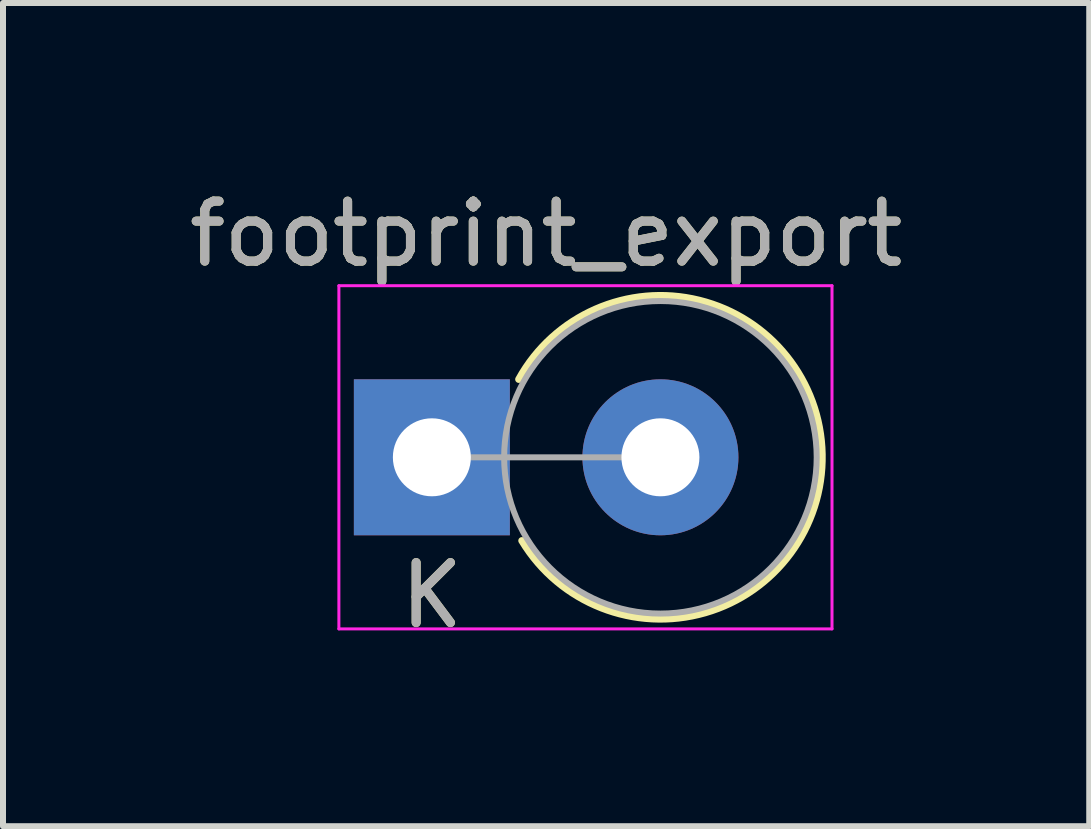
<source format=kicad_pcb>
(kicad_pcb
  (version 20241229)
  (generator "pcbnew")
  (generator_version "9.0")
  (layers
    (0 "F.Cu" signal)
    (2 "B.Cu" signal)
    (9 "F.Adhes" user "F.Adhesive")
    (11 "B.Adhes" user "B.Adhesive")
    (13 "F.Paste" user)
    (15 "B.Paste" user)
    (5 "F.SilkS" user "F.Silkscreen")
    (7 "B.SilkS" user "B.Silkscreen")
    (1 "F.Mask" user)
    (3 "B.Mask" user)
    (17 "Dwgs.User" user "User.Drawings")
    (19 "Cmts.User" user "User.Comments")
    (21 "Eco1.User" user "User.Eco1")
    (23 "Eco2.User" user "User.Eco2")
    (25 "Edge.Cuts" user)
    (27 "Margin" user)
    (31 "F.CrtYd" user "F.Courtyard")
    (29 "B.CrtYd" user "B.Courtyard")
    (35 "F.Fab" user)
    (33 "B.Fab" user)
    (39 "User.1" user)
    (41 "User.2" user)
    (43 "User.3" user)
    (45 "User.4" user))
  (footprint "footprint_export"
    (layer "F.Cu")
    (at 4.149 4.573)
    (property "Reference" "footprint_export" (at 1.905 -3.725 0) (layer "F.SilkS") (effects (font (size 1 1) (thickness 0.15))))
    (attr through_hole)
    (fp_arc (start 1.448639 -1.3) (mid 6.505054 -0.052035) (end 1.50058 1.390181) (stroke (width 0.12) (type solid)) (layer "F.SilkS"))
    (fp_line (start -1.55 -2.86) (end -1.55 2.86) (stroke (width 0.05) (type solid)) (layer "F.CrtYd"))
    (fp_line (start -1.55 2.86) (end 6.67 2.86) (stroke (width 0.05) (type solid)) (layer "F.CrtYd"))
    (fp_line (start 6.67 -2.86) (end -1.55 -2.86) (stroke (width 0.05) (type solid)) (layer "F.CrtYd"))
    (fp_line (start 6.67 2.86) (end 6.67 -2.86) (stroke (width 0.05) (type solid)) (layer "F.CrtYd"))
    (fp_line (start 0 0) (end 3.81 0) (stroke (width 0.1) (type solid)) (layer "F.Fab"))
    (fp_circle (center 3.81 0) (end 6.415 0) (stroke (width 0.1) (type solid)) (fill no) (layer "F.Fab"))
    (fp_text user "K" (at 0 2.3 0) (layer "F.SilkS") (effects (font (size 1 1) (thickness 0.15))))
    (fp_text user "${REFERENCE}" (at 1.905 -3.725 0) (layer "F.Fab") (effects (font (size 1 1) (thickness 0.15))))
    (fp_text user "K" (at 0 2.3 0) (layer "F.Fab") (effects (font (size 1 1) (thickness 0.15))))
    (pad "1" thru_hole rect (at 0 0) (size 2.6 2.6) (drill 1.3) (layers "*.Cu" "*.Mask"))
    (pad "2" thru_hole oval (at 3.81 0) (size 2.6 2.6) (drill 1.3) (layers "*.Cu" "*.Mask")))
  (gr_rect
    (start -3 -3)
    (end 15.107 10.722)
    (stroke (width 0.1) (type default))
    (fill no)
    (layer "Edge.Cuts")))
</source>
